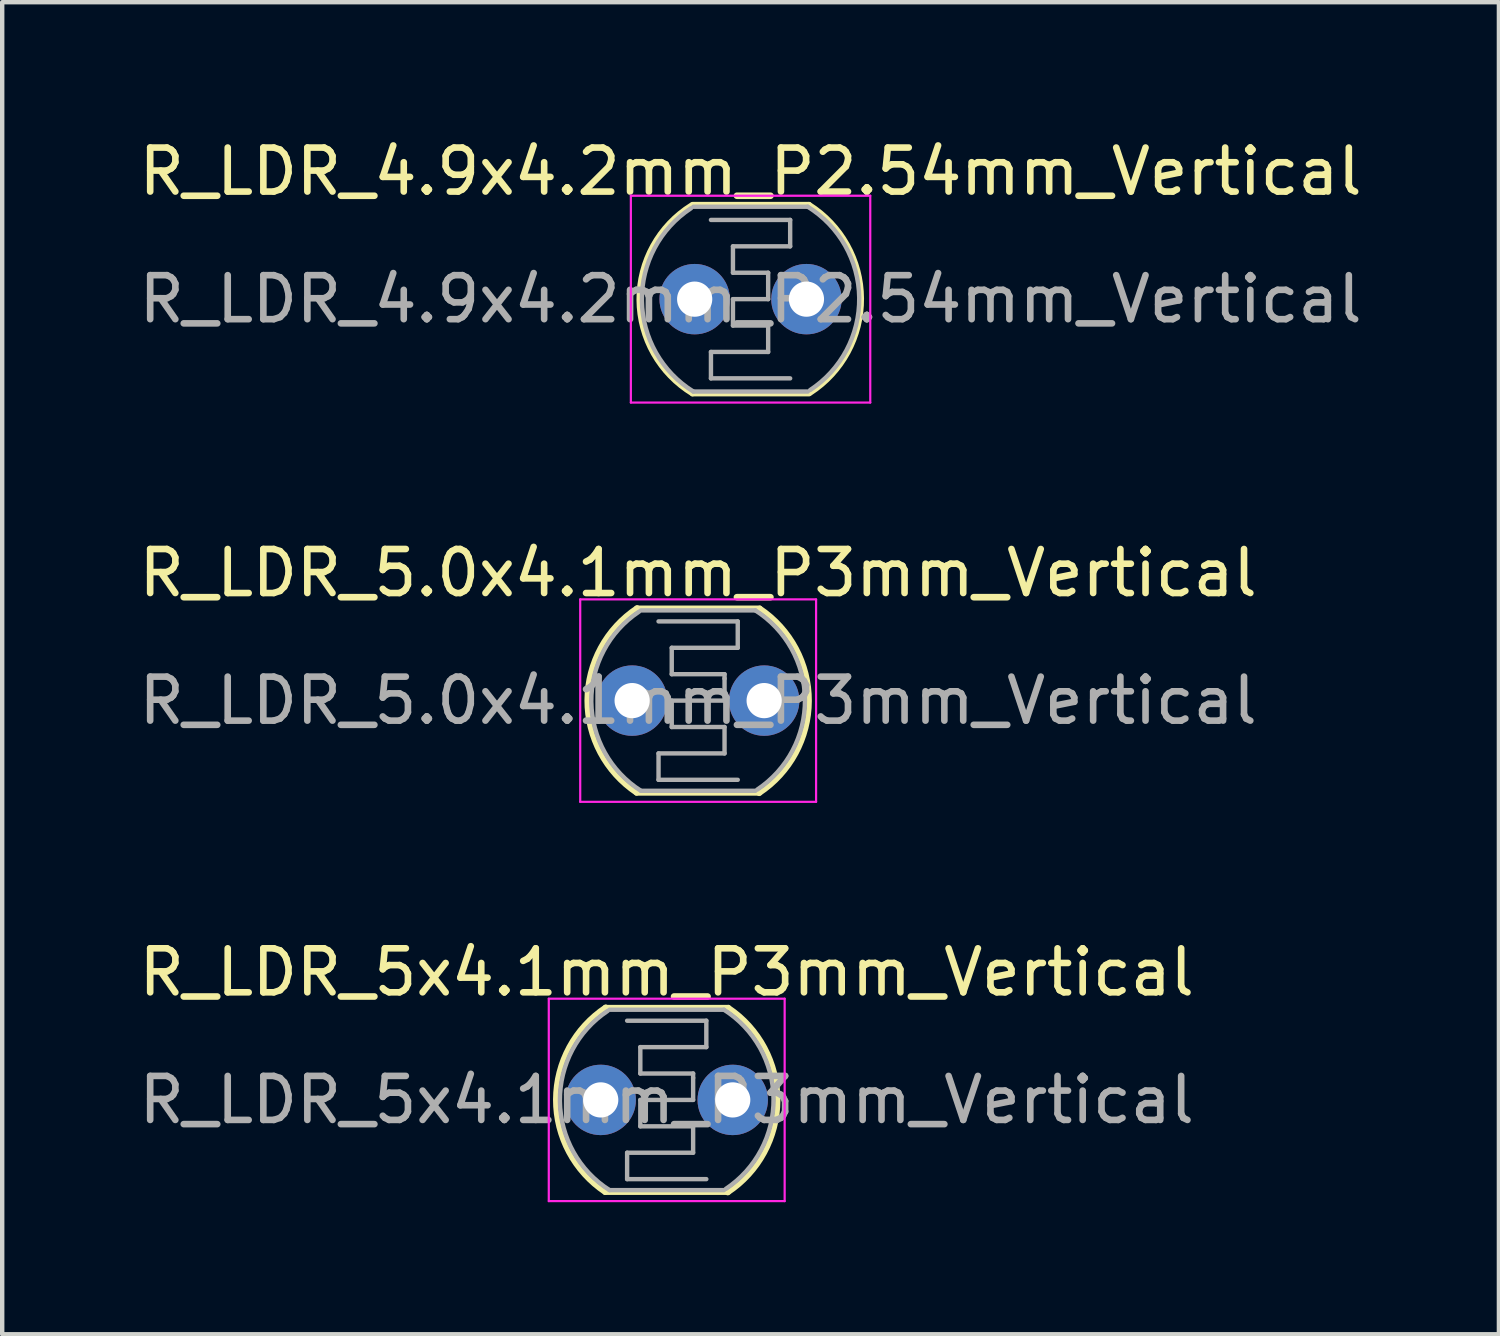
<source format=kicad_pcb>
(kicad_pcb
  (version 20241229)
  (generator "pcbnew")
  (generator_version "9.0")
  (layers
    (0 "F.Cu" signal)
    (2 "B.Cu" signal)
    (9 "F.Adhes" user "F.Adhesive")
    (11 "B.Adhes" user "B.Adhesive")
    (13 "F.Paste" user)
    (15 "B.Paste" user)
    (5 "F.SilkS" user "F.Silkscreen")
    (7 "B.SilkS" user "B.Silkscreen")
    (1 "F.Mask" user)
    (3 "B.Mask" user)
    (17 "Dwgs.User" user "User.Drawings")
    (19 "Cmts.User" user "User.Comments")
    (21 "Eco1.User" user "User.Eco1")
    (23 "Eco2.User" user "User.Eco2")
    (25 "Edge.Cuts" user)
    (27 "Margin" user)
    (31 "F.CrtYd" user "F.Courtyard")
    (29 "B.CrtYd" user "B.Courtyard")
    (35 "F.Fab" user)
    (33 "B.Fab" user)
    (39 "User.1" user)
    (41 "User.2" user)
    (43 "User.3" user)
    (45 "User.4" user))
  (footprint "R_LDR_4.9x4.2mm_P2.54mm_Vertical"
    (layer "F.Cu")
    (at 12.736 3.748)
    (property "Reference" "R_LDR_4.9x4.2mm_P2.54mm_Vertical" (at 1.27 -2.9 0) (layer "F.SilkS") (effects (font (size 1 1) (thickness 0.15))))
    (attr through_hole)
    (fp_line (start -0.05 -2.15) (end 2.6 -2.15) (stroke (width 0.12) (type solid)) (layer "F.SilkS"))
    (fp_line (start -0.05 2.15) (end 2.6 2.15) (stroke (width 0.12) (type solid)) (layer "F.SilkS"))
    (fp_arc (start -0.05 2.15) (mid -1.262424 0.01494) (end -0.075476 -2.134388) (stroke (width 0.12) (type solid)) (layer "F.SilkS"))
    (fp_arc (start 2.6 -2.15) (mid 3.788646 -0.016616) (end 2.628027 2.132145) (stroke (width 0.12) (type solid)) (layer "F.SilkS"))
    (fp_line (start -1.45 -2.35) (end -1.45 2.35) (stroke (width 0.05) (type solid)) (layer "F.CrtYd"))
    (fp_line (start -1.45 -2.35) (end 3.99 -2.35) (stroke (width 0.05) (type solid)) (layer "F.CrtYd"))
    (fp_line (start 3.99 2.35) (end -1.45 2.35) (stroke (width 0.05) (type solid)) (layer "F.CrtYd"))
    (fp_line (start 3.99 2.35) (end 3.99 -2.35) (stroke (width 0.05) (type solid)) (layer "F.CrtYd"))
    (fp_line (start -0.03 -2.1) (end 2.57 -2.1) (stroke (width 0.1) (type solid)) (layer "F.Fab"))
    (fp_line (start 0.37 -1.8) (end 2.17 -1.8) (stroke (width 0.1) (type solid)) (layer "F.Fab"))
    (fp_line (start 0.37 1.2) (end 0.37 1.8) (stroke (width 0.1) (type solid)) (layer "F.Fab"))
    (fp_line (start 0.37 1.2) (end 1.67 1.2) (stroke (width 0.1) (type solid)) (layer "F.Fab"))
    (fp_line (start 0.37 1.8) (end 2.17 1.8) (stroke (width 0.1) (type solid)) (layer "F.Fab"))
    (fp_line (start 0.87 -1.2) (end 0.87 -0.6) (stroke (width 0.1) (type solid)) (layer "F.Fab"))
    (fp_line (start 0.87 -1.2) (end 2.17 -1.2) (stroke (width 0.1) (type solid)) (layer "F.Fab"))
    (fp_line (start 0.87 0) (end 0.87 0.6) (stroke (width 0.1) (type solid)) (layer "F.Fab"))
    (fp_line (start 0.87 0) (end 1.67 0) (stroke (width 0.1) (type solid)) (layer "F.Fab"))
    (fp_line (start 1.67 -0.6) (end 0.87 -0.6) (stroke (width 0.1) (type solid)) (layer "F.Fab"))
    (fp_line (start 1.67 -0.6) (end 1.67 0) (stroke (width 0.1) (type solid)) (layer "F.Fab"))
    (fp_line (start 1.67 0.6) (end 0.87 0.6) (stroke (width 0.1) (type solid)) (layer "F.Fab"))
    (fp_line (start 1.67 0.6) (end 1.67 1.2) (stroke (width 0.1) (type solid)) (layer "F.Fab"))
    (fp_line (start 2.17 -1.8) (end 2.17 -1.2) (stroke (width 0.1) (type solid)) (layer "F.Fab"))
    (fp_line (start 2.57 2.1) (end -0.03 2.1) (stroke (width 0.1) (type solid)) (layer "F.Fab"))
    (fp_arc (start -0.03 2.1) (mid -1.199612 0.031921) (end -0.083843 -2.065698) (stroke (width 0.1) (type solid)) (layer "F.Fab"))
    (fp_arc (start 2.57 -2.1) (mid 3.739612 -0.031921) (end 2.623843 2.065698) (stroke (width 0.1) (type solid)) (layer "F.Fab"))
    (fp_text user "${REFERENCE}" (at 1.27 0 0) (layer "F.Fab") (effects (font (size 1 1) (thickness 0.15))))
    (pad "1" thru_hole circle (at 0 0) (size 1.6 1.6) (drill 0.8) (layers "*.Cu" "*.Mask"))
    (pad "2" thru_hole circle (at 2.54 0) (size 1.6 1.6) (drill 0.8) (layers "*.Cu" "*.Mask")))
  (footprint "R_LDR_5.0x4.1mm_P3mm_Vertical"
    (layer "F.Cu")
    (at 11.315 12.871)
    (property "Reference" "R_LDR_5.0x4.1mm_P3mm_Vertical" (at 1.5 -2.9 0) (layer "F.SilkS") (effects (font (size 1 1) (thickness 0.15))))
    (attr through_hole)
    (fp_line (start 0.1 -2.1) (end 2.9 -2.1) (stroke (width 0.12) (type solid)) (layer "F.SilkS"))
    (fp_line (start 0.1 2.1) (end 2.9 2.1) (stroke (width 0.12) (type solid)) (layer "F.SilkS"))
    (fp_arc (start 0.1 2.1) (mid -1.023872 -0.008372) (end 0.113963 -2.109242) (stroke (width 0.12) (type solid)) (layer "F.SilkS"))
    (fp_arc (start 2.9 -2.1) (mid 4.023872 0.008372) (end 2.886037 2.109242) (stroke (width 0.12) (type solid)) (layer "F.SilkS"))
    (fp_line (start -1.18 -2.3) (end -1.18 2.3) (stroke (width 0.05) (type solid)) (layer "F.CrtYd"))
    (fp_line (start -1.18 -2.3) (end 4.18 -2.3) (stroke (width 0.05) (type solid)) (layer "F.CrtYd"))
    (fp_line (start 4.18 2.3) (end -1.18 2.3) (stroke (width 0.05) (type solid)) (layer "F.CrtYd"))
    (fp_line (start 4.18 2.3) (end 4.18 -2.3) (stroke (width 0.05) (type solid)) (layer "F.CrtYd"))
    (fp_line (start 0.2 -2.05) (end 2.8 -2.05) (stroke (width 0.1) (type solid)) (layer "F.Fab"))
    (fp_line (start 0.6 -1.8) (end 2.4 -1.8) (stroke (width 0.1) (type solid)) (layer "F.Fab"))
    (fp_line (start 0.6 1.2) (end 0.6 1.8) (stroke (width 0.1) (type solid)) (layer "F.Fab"))
    (fp_line (start 0.6 1.2) (end 2.1 1.2) (stroke (width 0.1) (type solid)) (layer "F.Fab"))
    (fp_line (start 0.6 1.8) (end 2.4 1.8) (stroke (width 0.1) (type solid)) (layer "F.Fab"))
    (fp_line (start 0.9 -1.2) (end 2.4 -1.2) (stroke (width 0.1) (type solid)) (layer "F.Fab"))
    (fp_line (start 0.9 -0.6) (end 0.9 -1.2) (stroke (width 0.1) (type solid)) (layer "F.Fab"))
    (fp_line (start 0.9 0) (end 2.1 0) (stroke (width 0.1) (type solid)) (layer "F.Fab"))
    (fp_line (start 0.9 0.6) (end 0.9 0) (stroke (width 0.1) (type solid)) (layer "F.Fab"))
    (fp_line (start 2.1 -0.6) (end 0.9 -0.6) (stroke (width 0.1) (type solid)) (layer "F.Fab"))
    (fp_line (start 2.1 -0.5) (end 2.1 -0.6) (stroke (width 0.1) (type solid)) (layer "F.Fab"))
    (fp_line (start 2.1 0) (end 2.1 -0.5) (stroke (width 0.1) (type solid)) (layer "F.Fab"))
    (fp_line (start 2.1 0.6) (end 0.9 0.6) (stroke (width 0.1) (type solid)) (layer "F.Fab"))
    (fp_line (start 2.1 1.2) (end 2.1 0.6) (stroke (width 0.1) (type solid)) (layer "F.Fab"))
    (fp_line (start 2.4 -1.8) (end 2.4 -1.2) (stroke (width 0.1) (type solid)) (layer "F.Fab"))
    (fp_line (start 2.8 2.05) (end 0.2 2.05) (stroke (width 0.1) (type solid)) (layer "F.Fab"))
    (fp_arc (start 0.2 2.05) (mid -0.927305 0.026239) (end 0.155989 -2.021419) (stroke (width 0.1) (type solid)) (layer "F.Fab"))
    (fp_arc (start 2.8 -2.05) (mid 3.927305 -0.026239) (end 2.844011 2.021419) (stroke (width 0.1) (type solid)) (layer "F.Fab"))
    (fp_text user "${REFERENCE}" (at 1.5 0 0) (layer "F.Fab") (effects (font (size 1 1) (thickness 0.15))))
    (pad "1" thru_hole circle (at 0 0) (size 1.6 1.6) (drill 0.8) (layers "*.Cu" "*.Mask"))
    (pad "2" thru_hole circle (at 3 0) (size 1.6 1.6) (drill 0.8) (layers "*.Cu" "*.Mask")))
  (footprint "R_LDR_5x4.1mm_P3mm_Vertical"
    (layer "F.Cu")
    (at 10.601 21.945)
    (property "Reference" "R_LDR_5x4.1mm_P3mm_Vertical" (at 1.5 -2.9 0) (layer "F.SilkS") (effects (font (size 1 1) (thickness 0.15))))
    (attr through_hole)
    (fp_line (start 0.1 -2.1) (end 2.9 -2.1) (stroke (width 0.12) (type solid)) (layer "F.SilkS"))
    (fp_line (start 0.1 2.1) (end 2.9 2.1) (stroke (width 0.12) (type solid)) (layer "F.SilkS"))
    (fp_arc (start 0.1 2.1) (mid -1.023872 -0.008372) (end 0.113963 -2.109242) (stroke (width 0.12) (type solid)) (layer "F.SilkS"))
    (fp_arc (start 2.9 -2.1) (mid 4.023872 0.008372) (end 2.886037 2.109242) (stroke (width 0.12) (type solid)) (layer "F.SilkS"))
    (fp_line (start -1.18 -2.3) (end -1.18 2.3) (stroke (width 0.05) (type solid)) (layer "F.CrtYd"))
    (fp_line (start -1.18 -2.3) (end 4.18 -2.3) (stroke (width 0.05) (type solid)) (layer "F.CrtYd"))
    (fp_line (start 4.18 2.3) (end -1.18 2.3) (stroke (width 0.05) (type solid)) (layer "F.CrtYd"))
    (fp_line (start 4.18 2.3) (end 4.18 -2.3) (stroke (width 0.05) (type solid)) (layer "F.CrtYd"))
    (fp_line (start 0.2 -2.05) (end 2.8 -2.05) (stroke (width 0.1) (type solid)) (layer "F.Fab"))
    (fp_line (start 0.6 -1.8) (end 2.4 -1.8) (stroke (width 0.1) (type solid)) (layer "F.Fab"))
    (fp_line (start 0.6 1.2) (end 0.6 1.8) (stroke (width 0.1) (type solid)) (layer "F.Fab"))
    (fp_line (start 0.6 1.2) (end 2.1 1.2) (stroke (width 0.1) (type solid)) (layer "F.Fab"))
    (fp_line (start 0.6 1.8) (end 2.4 1.8) (stroke (width 0.1) (type solid)) (layer "F.Fab"))
    (fp_line (start 0.9 -1.2) (end 2.4 -1.2) (stroke (width 0.1) (type solid)) (layer "F.Fab"))
    (fp_line (start 0.9 -0.6) (end 0.9 -1.2) (stroke (width 0.1) (type solid)) (layer "F.Fab"))
    (fp_line (start 0.9 0) (end 2.1 0) (stroke (width 0.1) (type solid)) (layer "F.Fab"))
    (fp_line (start 0.9 0.6) (end 0.9 0) (stroke (width 0.1) (type solid)) (layer "F.Fab"))
    (fp_line (start 2.1 -0.6) (end 0.9 -0.6) (stroke (width 0.1) (type solid)) (layer "F.Fab"))
    (fp_line (start 2.1 -0.5) (end 2.1 -0.6) (stroke (width 0.1) (type solid)) (layer "F.Fab"))
    (fp_line (start 2.1 0) (end 2.1 -0.5) (stroke (width 0.1) (type solid)) (layer "F.Fab"))
    (fp_line (start 2.1 0.6) (end 0.9 0.6) (stroke (width 0.1) (type solid)) (layer "F.Fab"))
    (fp_line (start 2.1 1.2) (end 2.1 0.6) (stroke (width 0.1) (type solid)) (layer "F.Fab"))
    (fp_line (start 2.4 -1.8) (end 2.4 -1.2) (stroke (width 0.1) (type solid)) (layer "F.Fab"))
    (fp_line (start 2.8 2.05) (end 0.2 2.05) (stroke (width 0.1) (type solid)) (layer "F.Fab"))
    (fp_arc (start 0.2 2.05) (mid -0.927305 0.026239) (end 0.155989 -2.021419) (stroke (width 0.1) (type solid)) (layer "F.Fab"))
    (fp_arc (start 2.8 -2.05) (mid 3.927305 -0.026239) (end 2.844011 2.021419) (stroke (width 0.1) (type solid)) (layer "F.Fab"))
    (fp_text user "${REFERENCE}" (at 1.5 0 0) (layer "F.Fab") (effects (font (size 1 1) (thickness 0.15))))
    (pad "1" thru_hole circle (at 0 0) (size 1.6 1.6) (drill 0.8) (layers "*.Cu" "*.Mask"))
    (pad "2" thru_hole circle (at 3 0) (size 1.6 1.6) (drill 0.8) (layers "*.Cu" "*.Mask")))
  (gr_rect
    (start -3 -3)
    (end 31.012 27.27)
    (stroke (width 0.1) (type default))
    (fill no)
    (layer "Edge.Cuts")))
</source>
